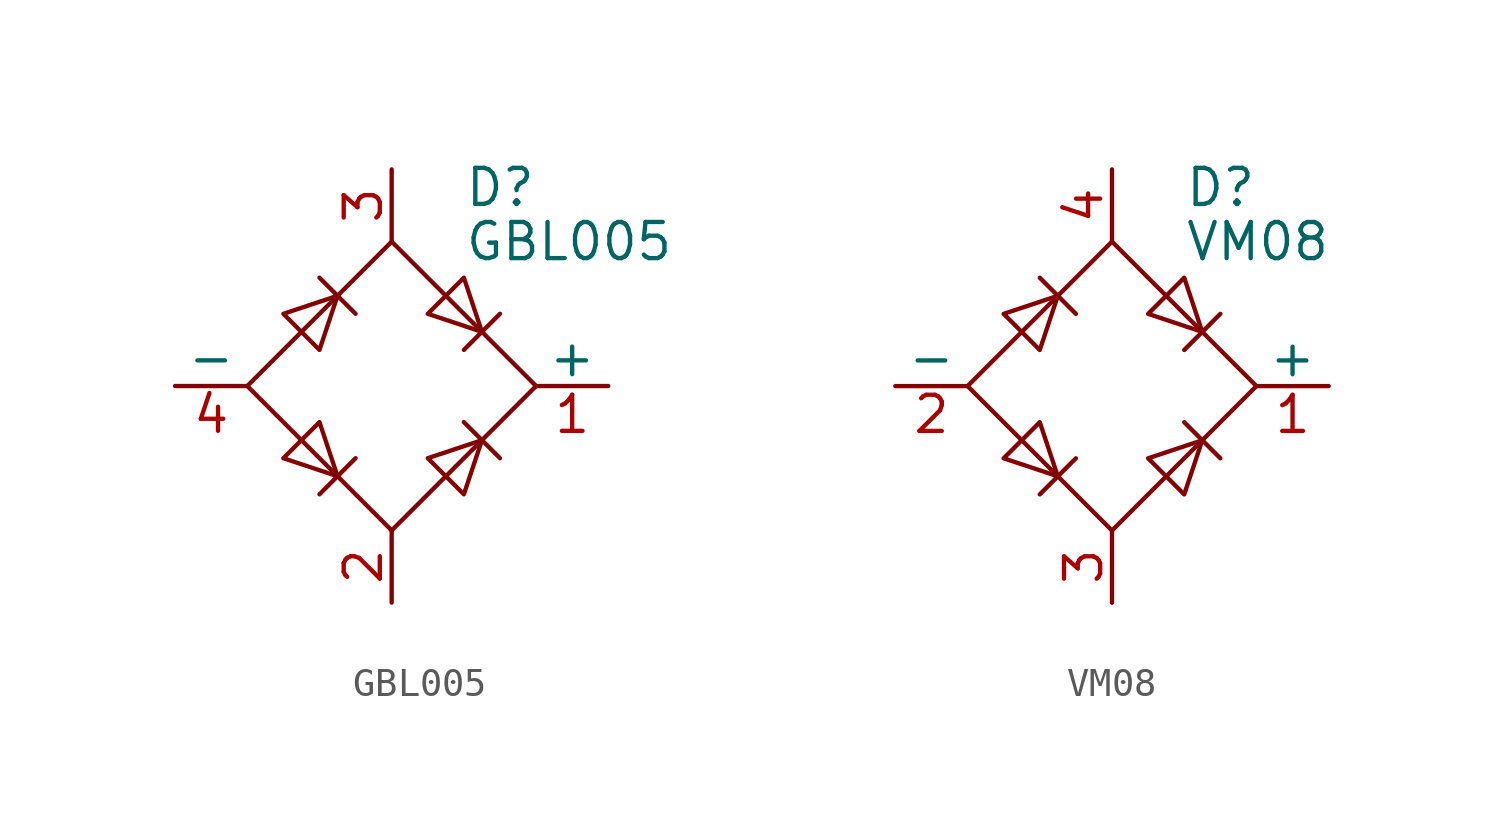
<source format=kicad_sym>
(kicad_symbol_lib
  (version 20220914)
  (generator kicad_symbol_editor)
  (symbol "GBL005"
    (pin_names
      (offset 0))
    (property "Reference" "D"
      (at 2.54 6.985 0)
      (effects (font (size 1.27 1.27)) (justify left)))
    (property "Value" "GBL005"
      (at 2.54 5.08 0)
      (effects (font (size 1.27 1.27)) (justify left)))
    (symbol "GBL005_0_1"
      (polyline (pts (xy -2.54 3.81) (xy -1.27 2.54)) (stroke (width 0) (type solid)) (fill (type none)))
      (polyline (pts (xy -1.27 -2.54) (xy -2.54 -3.81)) (stroke (width 0) (type solid)) (fill (type none)))
      (polyline (pts (xy 2.54 -1.27) (xy 3.81 -2.54)) (stroke (width 0) (type solid)) (fill (type none)))
      (polyline (pts (xy 2.54 1.27) (xy 3.81 2.54)) (stroke (width 0) (type solid)) (fill (type none)))
      (polyline (pts (xy -3.81 2.54) (xy -2.54 1.27) (xy -1.905 3.175) (xy -3.81 2.54)) (stroke (width 0) (type solid)) (fill (type none)))
      (polyline (pts (xy -2.54 -1.27) (xy -3.81 -2.54) (xy -1.905 -3.175) (xy -2.54 -1.27)) (stroke (width 0) (type solid)) (fill (type none)))
      (polyline (pts (xy 1.27 2.54) (xy 2.54 3.81) (xy 3.175 1.905) (xy 1.27 2.54)) (stroke (width 0) (type solid)) (fill (type none)))
      (polyline (pts (xy 3.175 -1.905) (xy 1.27 -2.54) (xy 2.54 -3.81) (xy 3.175 -1.905)) (stroke (width 0) (type solid)) (fill (type none)))
      (polyline (pts (xy -5.08 0) (xy 0 -5.08) (xy 5.08 0) (xy 0 5.08) (xy -5.08 0)) (stroke (width 0) (type solid)) (fill (type none))))
    (symbol "GBL005_1_1"
      (pin passive line (at 7.62 0 180) (length 2.54) (name "+" (effects (font (size 1.27 1.27)))) (number "1" (effects (font (size 1.27 1.27)))))
      (pin passive line (at 0 -7.62 90) (length 2.54) (name "~" (effects (font (size 1.27 1.27)))) (number "2" (effects (font (size 1.27 1.27)))))
      (pin passive line (at 0 7.62 270) (length 2.54) (name "~" (effects (font (size 1.27 1.27)))) (number "3" (effects (font (size 1.27 1.27)))))
      (pin passive line (at -7.62 0 0) (length 2.54) (name "-" (effects (font (size 1.27 1.27)))) (number "4" (effects (font (size 1.27 1.27)))))))
  (symbol "VM08"
    (pin_names
      (offset 0))
    (property "Reference" "D"
      (at 2.54 6.985 0)
      (effects (font (size 1.27 1.27)) (justify left)))
    (property "Value" "VM08"
      (at 2.54 5.08 0)
      (effects (font (size 1.27 1.27)) (justify left)))
    (symbol "VM08_0_1"
      (polyline (pts (xy -2.54 3.81) (xy -1.27 2.54)) (stroke (width 0) (type solid)) (fill (type none)))
      (polyline (pts (xy -1.27 -2.54) (xy -2.54 -3.81)) (stroke (width 0) (type solid)) (fill (type none)))
      (polyline (pts (xy 2.54 -1.27) (xy 3.81 -2.54)) (stroke (width 0) (type solid)) (fill (type none)))
      (polyline (pts (xy 2.54 1.27) (xy 3.81 2.54)) (stroke (width 0) (type solid)) (fill (type none)))
      (polyline (pts (xy -3.81 2.54) (xy -2.54 1.27) (xy -1.905 3.175) (xy -3.81 2.54)) (stroke (width 0) (type solid)) (fill (type none)))
      (polyline (pts (xy -2.54 -1.27) (xy -3.81 -2.54) (xy -1.905 -3.175) (xy -2.54 -1.27)) (stroke (width 0) (type solid)) (fill (type none)))
      (polyline (pts (xy 1.27 2.54) (xy 2.54 3.81) (xy 3.175 1.905) (xy 1.27 2.54)) (stroke (width 0) (type solid)) (fill (type none)))
      (polyline (pts (xy 3.175 -1.905) (xy 1.27 -2.54) (xy 2.54 -3.81) (xy 3.175 -1.905)) (stroke (width 0) (type solid)) (fill (type none)))
      (polyline (pts (xy -5.08 0) (xy 0 -5.08) (xy 5.08 0) (xy 0 5.08) (xy -5.08 0)) (stroke (width 0) (type solid)) (fill (type none))))
    (symbol "VM08_1_1"
      (pin passive line (at 7.62 0 180) (length 2.54) (name "+" (effects (font (size 1.27 1.27)))) (number "1" (effects (font (size 1.27 1.27)))))
      (pin passive line (at -7.62 0 0) (length 2.54) (name "-" (effects (font (size 1.27 1.27)))) (number "2" (effects (font (size 1.27 1.27)))))
      (pin passive line (at 0 -7.62 90) (length 2.54) (name "~" (effects (font (size 1.27 1.27)))) (number "3" (effects (font (size 1.27 1.27)))))
      (pin passive line (at 0 7.62 270) (length 2.54) (name "~" (effects (font (size 1.27 1.27)))) (number "4" (effects (font (size 1.27 1.27))))))))
</source>
